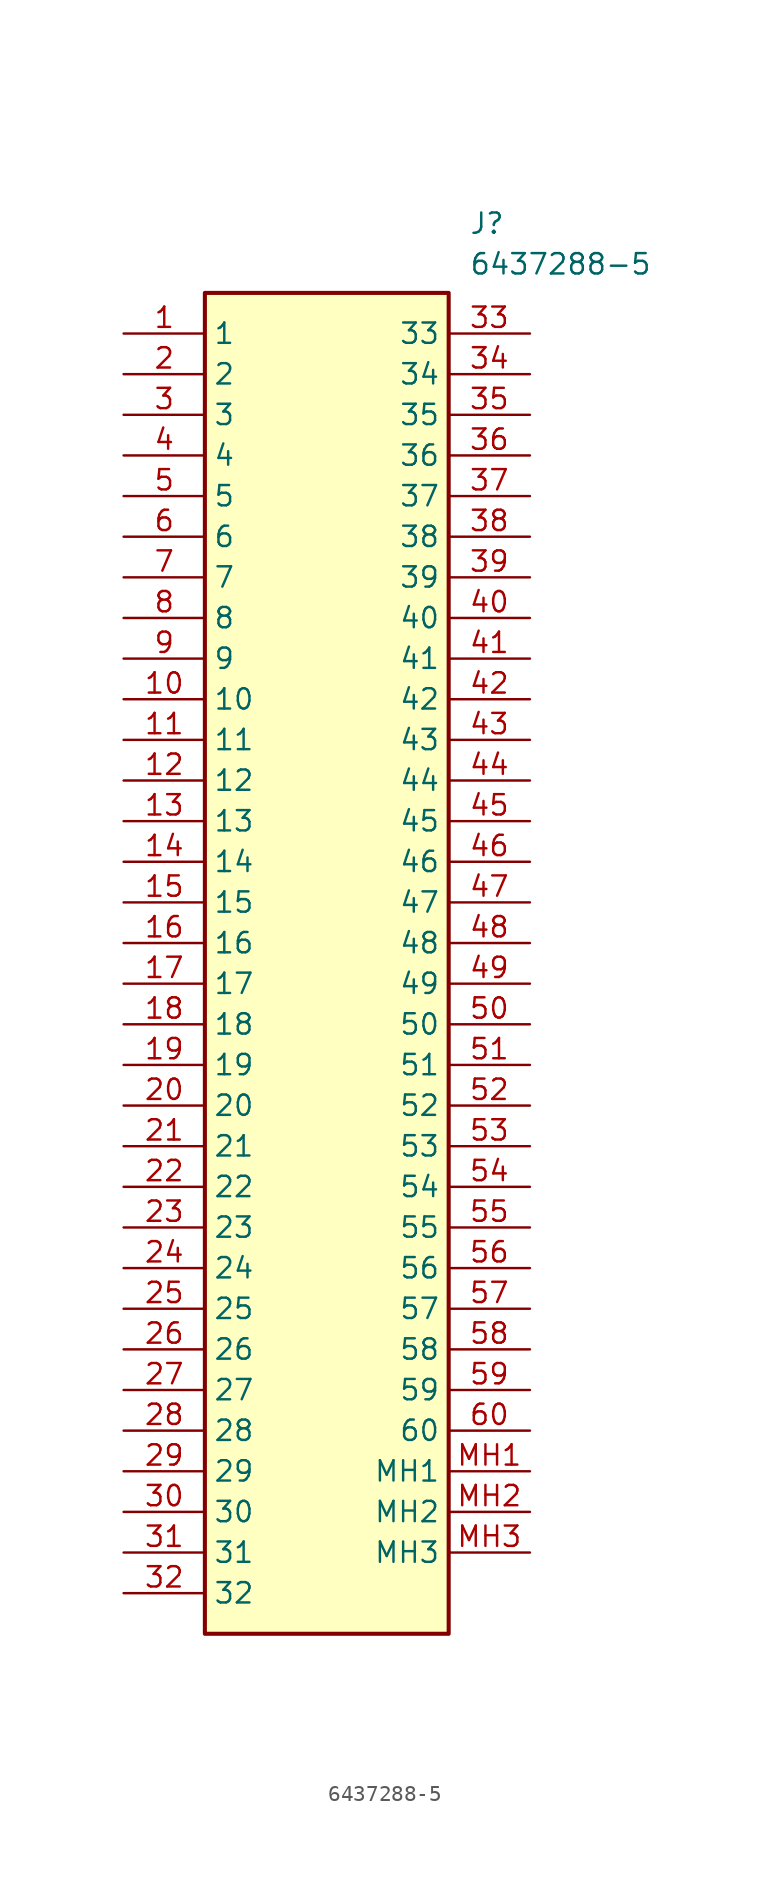
<source format=kicad_sym>
(kicad_symbol_lib
  (version 20211014)
  (generator SamacSys_ECAD_Model)
  (symbol "6437288-5"
    (property "Reference" "J"
      (at 21.59 7.62 0)
      (effects (font (size 1.27 1.27)) (justify left top)))
    (property "Value" "6437288-5"
      (at 21.59 5.08 0)
      (effects (font (size 1.27 1.27)) (justify left top)))
    (rectangle
      (start 5.08 2.54)
      (end 20.32 -81.28)
      (stroke (width 0.254) (type default))
      (fill (type background)))
    (pin passive line
      (at 0 0 0)
      (length 5.08)
      (name "1" (effects (font (size 1.27 1.27))))
      (number "1" (effects (font (size 1.27 1.27)))))
    (pin passive line
      (at 0 -2.54 0)
      (length 5.08)
      (name "2" (effects (font (size 1.27 1.27))))
      (number "2" (effects (font (size 1.27 1.27)))))
    (pin passive line
      (at 0 -5.08 0)
      (length 5.08)
      (name "3" (effects (font (size 1.27 1.27))))
      (number "3" (effects (font (size 1.27 1.27)))))
    (pin passive line
      (at 0 -7.62 0)
      (length 5.08)
      (name "4" (effects (font (size 1.27 1.27))))
      (number "4" (effects (font (size 1.27 1.27)))))
    (pin passive line
      (at 0 -10.16 0)
      (length 5.08)
      (name "5" (effects (font (size 1.27 1.27))))
      (number "5" (effects (font (size 1.27 1.27)))))
    (pin passive line
      (at 0 -12.7 0)
      (length 5.08)
      (name "6" (effects (font (size 1.27 1.27))))
      (number "6" (effects (font (size 1.27 1.27)))))
    (pin passive line
      (at 0 -15.24 0)
      (length 5.08)
      (name "7" (effects (font (size 1.27 1.27))))
      (number "7" (effects (font (size 1.27 1.27)))))
    (pin passive line
      (at 0 -17.78 0)
      (length 5.08)
      (name "8" (effects (font (size 1.27 1.27))))
      (number "8" (effects (font (size 1.27 1.27)))))
    (pin passive line
      (at 0 -20.32 0)
      (length 5.08)
      (name "9" (effects (font (size 1.27 1.27))))
      (number "9" (effects (font (size 1.27 1.27)))))
    (pin passive line
      (at 0 -22.86 0)
      (length 5.08)
      (name "10" (effects (font (size 1.27 1.27))))
      (number "10" (effects (font (size 1.27 1.27)))))
    (pin passive line
      (at 0 -25.4 0)
      (length 5.08)
      (name "11" (effects (font (size 1.27 1.27))))
      (number "11" (effects (font (size 1.27 1.27)))))
    (pin passive line
      (at 0 -27.94 0)
      (length 5.08)
      (name "12" (effects (font (size 1.27 1.27))))
      (number "12" (effects (font (size 1.27 1.27)))))
    (pin passive line
      (at 0 -30.48 0)
      (length 5.08)
      (name "13" (effects (font (size 1.27 1.27))))
      (number "13" (effects (font (size 1.27 1.27)))))
    (pin passive line
      (at 0 -33.02 0)
      (length 5.08)
      (name "14" (effects (font (size 1.27 1.27))))
      (number "14" (effects (font (size 1.27 1.27)))))
    (pin passive line
      (at 0 -35.56 0)
      (length 5.08)
      (name "15" (effects (font (size 1.27 1.27))))
      (number "15" (effects (font (size 1.27 1.27)))))
    (pin passive line
      (at 0 -38.1 0)
      (length 5.08)
      (name "16" (effects (font (size 1.27 1.27))))
      (number "16" (effects (font (size 1.27 1.27)))))
    (pin passive line
      (at 0 -40.64 0)
      (length 5.08)
      (name "17" (effects (font (size 1.27 1.27))))
      (number "17" (effects (font (size 1.27 1.27)))))
    (pin passive line
      (at 0 -43.18 0)
      (length 5.08)
      (name "18" (effects (font (size 1.27 1.27))))
      (number "18" (effects (font (size 1.27 1.27)))))
    (pin passive line
      (at 0 -45.72 0)
      (length 5.08)
      (name "19" (effects (font (size 1.27 1.27))))
      (number "19" (effects (font (size 1.27 1.27)))))
    (pin passive line
      (at 0 -48.26 0)
      (length 5.08)
      (name "20" (effects (font (size 1.27 1.27))))
      (number "20" (effects (font (size 1.27 1.27)))))
    (pin passive line
      (at 0 -50.8 0)
      (length 5.08)
      (name "21" (effects (font (size 1.27 1.27))))
      (number "21" (effects (font (size 1.27 1.27)))))
    (pin passive line
      (at 0 -53.34 0)
      (length 5.08)
      (name "22" (effects (font (size 1.27 1.27))))
      (number "22" (effects (font (size 1.27 1.27)))))
    (pin passive line
      (at 0 -55.88 0)
      (length 5.08)
      (name "23" (effects (font (size 1.27 1.27))))
      (number "23" (effects (font (size 1.27 1.27)))))
    (pin passive line
      (at 0 -58.42 0)
      (length 5.08)
      (name "24" (effects (font (size 1.27 1.27))))
      (number "24" (effects (font (size 1.27 1.27)))))
    (pin passive line
      (at 0 -60.96 0)
      (length 5.08)
      (name "25" (effects (font (size 1.27 1.27))))
      (number "25" (effects (font (size 1.27 1.27)))))
    (pin passive line
      (at 0 -63.5 0)
      (length 5.08)
      (name "26" (effects (font (size 1.27 1.27))))
      (number "26" (effects (font (size 1.27 1.27)))))
    (pin passive line
      (at 0 -66.04 0)
      (length 5.08)
      (name "27" (effects (font (size 1.27 1.27))))
      (number "27" (effects (font (size 1.27 1.27)))))
    (pin passive line
      (at 0 -68.58 0)
      (length 5.08)
      (name "28" (effects (font (size 1.27 1.27))))
      (number "28" (effects (font (size 1.27 1.27)))))
    (pin passive line
      (at 0 -71.12 0)
      (length 5.08)
      (name "29" (effects (font (size 1.27 1.27))))
      (number "29" (effects (font (size 1.27 1.27)))))
    (pin passive line
      (at 0 -73.66 0)
      (length 5.08)
      (name "30" (effects (font (size 1.27 1.27))))
      (number "30" (effects (font (size 1.27 1.27)))))
    (pin passive line
      (at 0 -76.2 0)
      (length 5.08)
      (name "31" (effects (font (size 1.27 1.27))))
      (number "31" (effects (font (size 1.27 1.27)))))
    (pin passive line
      (at 0 -78.74 0)
      (length 5.08)
      (name "32" (effects (font (size 1.27 1.27))))
      (number "32" (effects (font (size 1.27 1.27)))))
    (pin passive line
      (at 25.4 0 180)
      (length 5.08)
      (name "33" (effects (font (size 1.27 1.27))))
      (number "33" (effects (font (size 1.27 1.27)))))
    (pin passive line
      (at 25.4 -2.54 180)
      (length 5.08)
      (name "34" (effects (font (size 1.27 1.27))))
      (number "34" (effects (font (size 1.27 1.27)))))
    (pin passive line
      (at 25.4 -5.08 180)
      (length 5.08)
      (name "35" (effects (font (size 1.27 1.27))))
      (number "35" (effects (font (size 1.27 1.27)))))
    (pin passive line
      (at 25.4 -7.62 180)
      (length 5.08)
      (name "36" (effects (font (size 1.27 1.27))))
      (number "36" (effects (font (size 1.27 1.27)))))
    (pin passive line
      (at 25.4 -10.16 180)
      (length 5.08)
      (name "37" (effects (font (size 1.27 1.27))))
      (number "37" (effects (font (size 1.27 1.27)))))
    (pin passive line
      (at 25.4 -12.7 180)
      (length 5.08)
      (name "38" (effects (font (size 1.27 1.27))))
      (number "38" (effects (font (size 1.27 1.27)))))
    (pin passive line
      (at 25.4 -15.24 180)
      (length 5.08)
      (name "39" (effects (font (size 1.27 1.27))))
      (number "39" (effects (font (size 1.27 1.27)))))
    (pin passive line
      (at 25.4 -17.78 180)
      (length 5.08)
      (name "40" (effects (font (size 1.27 1.27))))
      (number "40" (effects (font (size 1.27 1.27)))))
    (pin passive line
      (at 25.4 -20.32 180)
      (length 5.08)
      (name "41" (effects (font (size 1.27 1.27))))
      (number "41" (effects (font (size 1.27 1.27)))))
    (pin passive line
      (at 25.4 -22.86 180)
      (length 5.08)
      (name "42" (effects (font (size 1.27 1.27))))
      (number "42" (effects (font (size 1.27 1.27)))))
    (pin passive line
      (at 25.4 -25.4 180)
      (length 5.08)
      (name "43" (effects (font (size 1.27 1.27))))
      (number "43" (effects (font (size 1.27 1.27)))))
    (pin passive line
      (at 25.4 -27.94 180)
      (length 5.08)
      (name "44" (effects (font (size 1.27 1.27))))
      (number "44" (effects (font (size 1.27 1.27)))))
    (pin passive line
      (at 25.4 -30.48 180)
      (length 5.08)
      (name "45" (effects (font (size 1.27 1.27))))
      (number "45" (effects (font (size 1.27 1.27)))))
    (pin passive line
      (at 25.4 -33.02 180)
      (length 5.08)
      (name "46" (effects (font (size 1.27 1.27))))
      (number "46" (effects (font (size 1.27 1.27)))))
    (pin passive line
      (at 25.4 -35.56 180)
      (length 5.08)
      (name "47" (effects (font (size 1.27 1.27))))
      (number "47" (effects (font (size 1.27 1.27)))))
    (pin passive line
      (at 25.4 -38.1 180)
      (length 5.08)
      (name "48" (effects (font (size 1.27 1.27))))
      (number "48" (effects (font (size 1.27 1.27)))))
    (pin passive line
      (at 25.4 -40.64 180)
      (length 5.08)
      (name "49" (effects (font (size 1.27 1.27))))
      (number "49" (effects (font (size 1.27 1.27)))))
    (pin passive line
      (at 25.4 -43.18 180)
      (length 5.08)
      (name "50" (effects (font (size 1.27 1.27))))
      (number "50" (effects (font (size 1.27 1.27)))))
    (pin passive line
      (at 25.4 -45.72 180)
      (length 5.08)
      (name "51" (effects (font (size 1.27 1.27))))
      (number "51" (effects (font (size 1.27 1.27)))))
    (pin passive line
      (at 25.4 -48.26 180)
      (length 5.08)
      (name "52" (effects (font (size 1.27 1.27))))
      (number "52" (effects (font (size 1.27 1.27)))))
    (pin passive line
      (at 25.4 -50.8 180)
      (length 5.08)
      (name "53" (effects (font (size 1.27 1.27))))
      (number "53" (effects (font (size 1.27 1.27)))))
    (pin passive line
      (at 25.4 -53.34 180)
      (length 5.08)
      (name "54" (effects (font (size 1.27 1.27))))
      (number "54" (effects (font (size 1.27 1.27)))))
    (pin passive line
      (at 25.4 -55.88 180)
      (length 5.08)
      (name "55" (effects (font (size 1.27 1.27))))
      (number "55" (effects (font (size 1.27 1.27)))))
    (pin passive line
      (at 25.4 -58.42 180)
      (length 5.08)
      (name "56" (effects (font (size 1.27 1.27))))
      (number "56" (effects (font (size 1.27 1.27)))))
    (pin passive line
      (at 25.4 -60.96 180)
      (length 5.08)
      (name "57" (effects (font (size 1.27 1.27))))
      (number "57" (effects (font (size 1.27 1.27)))))
    (pin passive line
      (at 25.4 -63.5 180)
      (length 5.08)
      (name "58" (effects (font (size 1.27 1.27))))
      (number "58" (effects (font (size 1.27 1.27)))))
    (pin passive line
      (at 25.4 -66.04 180)
      (length 5.08)
      (name "59" (effects (font (size 1.27 1.27))))
      (number "59" (effects (font (size 1.27 1.27)))))
    (pin passive line
      (at 25.4 -68.58 180)
      (length 5.08)
      (name "60" (effects (font (size 1.27 1.27))))
      (number "60" (effects (font (size 1.27 1.27)))))
    (pin passive line
      (at 25.4 -71.12 180)
      (length 5.08)
      (name "MH1" (effects (font (size 1.27 1.27))))
      (number "MH1" (effects (font (size 1.27 1.27)))))
    (pin passive line
      (at 25.4 -73.66 180)
      (length 5.08)
      (name "MH2" (effects (font (size 1.27 1.27))))
      (number "MH2" (effects (font (size 1.27 1.27)))))
    (pin passive line
      (at 25.4 -76.2 180)
      (length 5.08)
      (name "MH3" (effects (font (size 1.27 1.27))))
      (number "MH3" (effects (font (size 1.27 1.27)))))))
</source>
